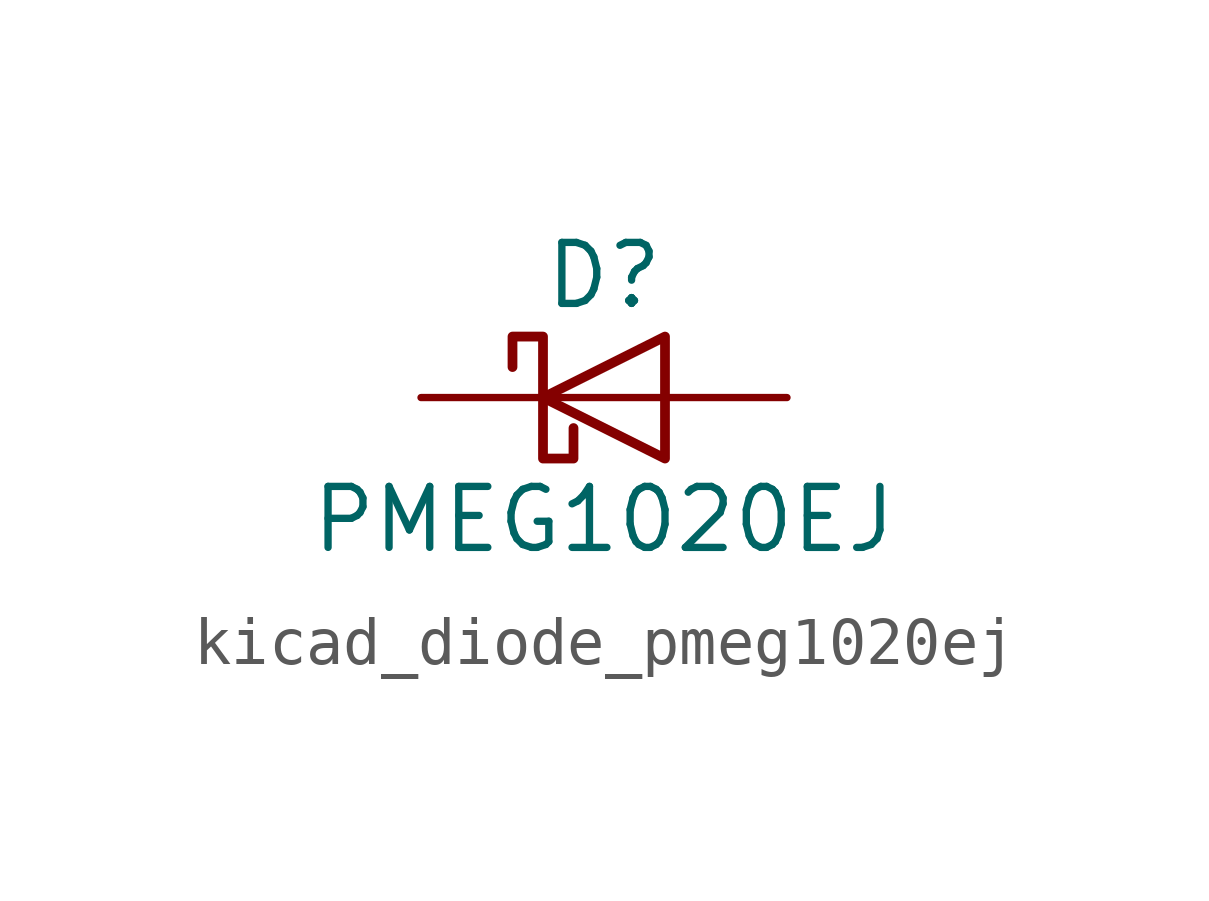
<source format=kicad_sym>
(kicad_symbol_lib
  (version 20220914)
  (generator kicad_symbol_editor)
  (symbol "kicad_diode_pmeg1020ej"
    (pin_numbers hide)
    (pin_names hide)
    (property "Reference" "D"
      (at 0 2.54 0)
      (effects (font (size 1.27 1.27))))
    (property "Value" "PMEG1020EJ"
      (at 0 -2.54 0)
      (effects (font (size 1.27 1.27))))
    (symbol "kicad_diode_pmeg1020ej_0_1"
      (polyline (pts (xy 1.27 0) (xy -1.27 0)) (stroke (width 0) (type default)) (fill (type none)))
      (polyline (pts (xy 1.27 1.27) (xy 1.27 -1.27) (xy -1.27 0) (xy 1.27 1.27)) (stroke (width 0.203) (type default)) (fill (type none)))
      (polyline (pts (xy -1.905 0.635) (xy -1.905 1.27) (xy -1.27 1.27) (xy -1.27 -1.27) (xy -0.635 -1.27) (xy -0.635 -0.635)) (stroke (width 0.203) (type default)) (fill (type none))))
    (symbol "kicad_diode_pmeg1020ej_1_1"
      (pin passive line (at -3.81 0 0) (length 2.54) (name "K" (effects (font (size 1.27 1.27)))) (number "1" (effects (font (size 1.27 1.27)))))
      (pin passive line (at 3.81 0 180) (length 2.54) (name "A" (effects (font (size 1.27 1.27)))) (number "2" (effects (font (size 1.27 1.27))))))))
</source>
